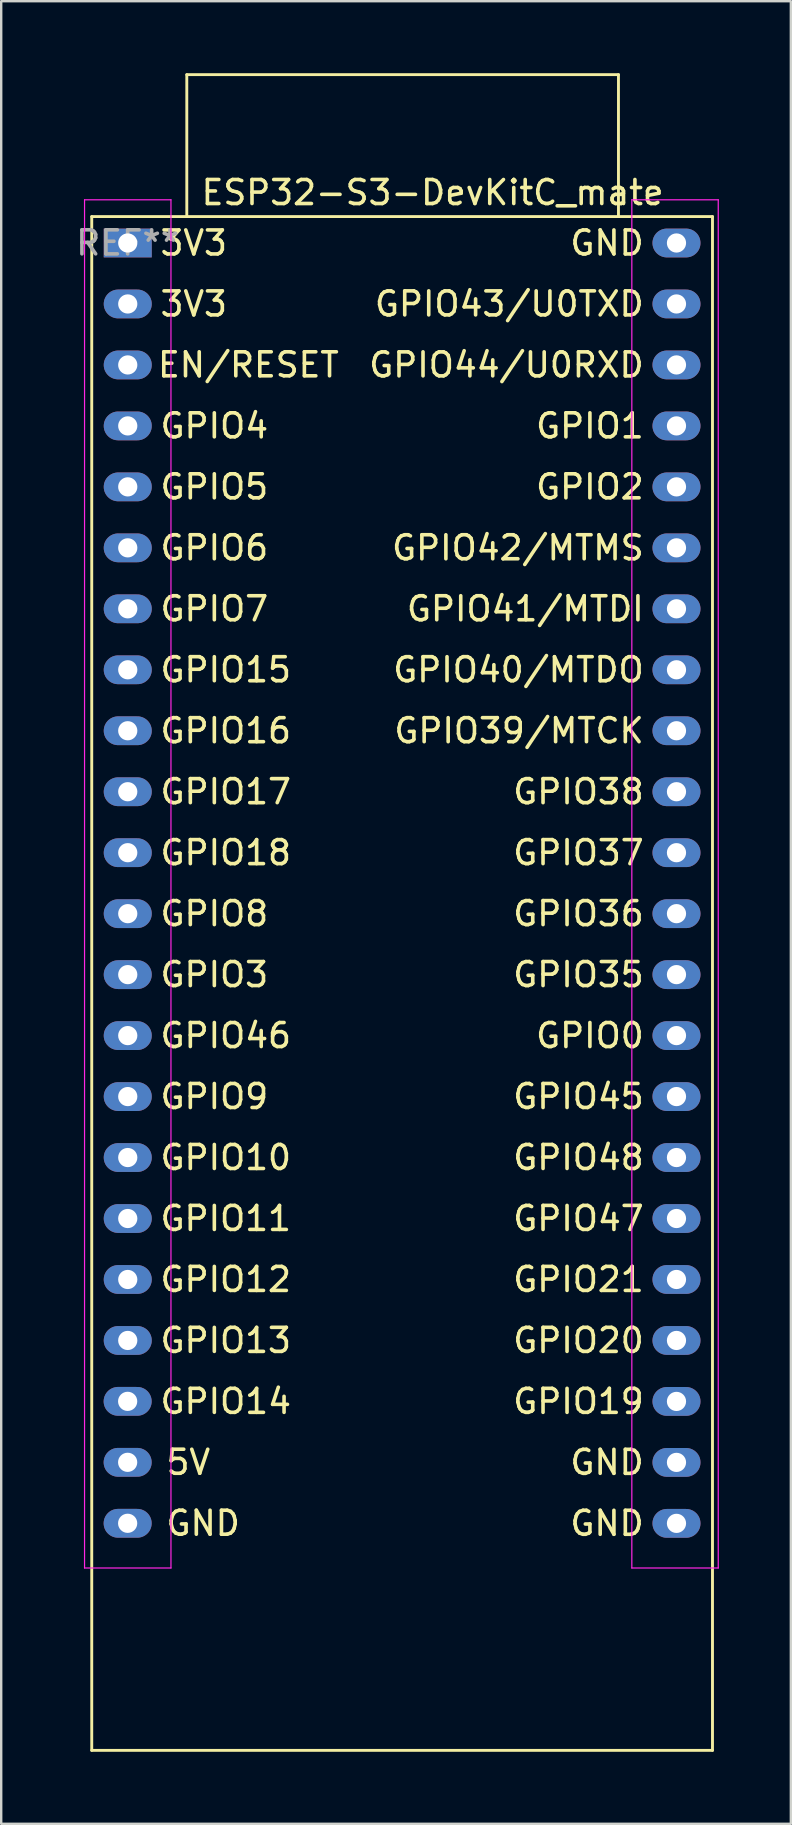
<source format=kicad_pcb>
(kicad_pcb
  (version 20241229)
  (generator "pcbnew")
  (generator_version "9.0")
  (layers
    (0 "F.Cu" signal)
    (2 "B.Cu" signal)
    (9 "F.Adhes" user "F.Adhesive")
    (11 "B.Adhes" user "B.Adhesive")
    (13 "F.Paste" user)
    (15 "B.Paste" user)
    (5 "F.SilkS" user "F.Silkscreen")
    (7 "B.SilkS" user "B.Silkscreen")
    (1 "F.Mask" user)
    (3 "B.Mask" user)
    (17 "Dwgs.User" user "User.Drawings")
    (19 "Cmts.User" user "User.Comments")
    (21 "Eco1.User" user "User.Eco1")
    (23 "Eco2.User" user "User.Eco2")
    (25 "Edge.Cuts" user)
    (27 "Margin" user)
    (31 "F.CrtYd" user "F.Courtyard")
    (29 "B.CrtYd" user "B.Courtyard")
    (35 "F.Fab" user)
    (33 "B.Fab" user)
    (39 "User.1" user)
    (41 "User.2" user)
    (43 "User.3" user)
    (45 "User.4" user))
  (footprint "ESP32-S3-DevKitC_mate"
    (layer "F.Cu")
    (at 2.272 7.073)
    (property "Reference" "ESP32-S3-DevKitC_mate" (at 12.7 -2.1 0) (layer "F.SilkS") (effects (font (size 1 1) (thickness 0.15))))
    (attr through_hole)
    (fp_line (start -1.5 62.797) (end 24.36 62.797) (stroke (width 0.12) (type solid)) (layer "F.SilkS"))
    (fp_line (start -1.5 -1.1) (end -1.5 62.797) (stroke (width 0.12) (type solid)) (layer "F.SilkS"))
    (fp_line (start 2.46 -7.013) (end 20.443 -7.013) (stroke (width 0.12) (type solid)) (layer "F.SilkS"))
    (fp_line (start 2.46 -1.12) (end 2.46 -7.013) (stroke (width 0.12) (type solid)) (layer "F.SilkS"))
    (fp_line (start 20.443 -7.013) (end 20.443 -1.12) (stroke (width 0.12) (type solid)) (layer "F.SilkS"))
    (fp_line (start 24.36 62.797) (end 24.36 -1.1) (stroke (width 0.12) (type solid)) (layer "F.SilkS"))
    (fp_line (start 24.36 -1.1) (end -1.5 -1.1) (stroke (width 0.12) (type solid)) (layer "F.SilkS"))
    (fp_line (start -1.8 -1.8) (end 1.8 -1.8) (stroke (width 0.05) (type solid)) (layer "F.CrtYd"))
    (fp_line (start -1.8 55.2) (end -1.8 -1.8) (stroke (width 0.05) (type solid)) (layer "F.CrtYd"))
    (fp_line (start 1.8 -1.8) (end 1.8 55.2) (stroke (width 0.05) (type solid)) (layer "F.CrtYd"))
    (fp_line (start 1.8 55.2) (end -1.8 55.2) (stroke (width 0.05) (type solid)) (layer "F.CrtYd"))
    (fp_line (start 21 -1.8) (end 24.6 -1.8) (stroke (width 0.05) (type solid)) (layer "F.CrtYd"))
    (fp_line (start 21 55.2) (end 21 -1.8) (stroke (width 0.05) (type solid)) (layer "F.CrtYd"))
    (fp_line (start 24.6 -1.8) (end 24.6 55.2) (stroke (width 0.05) (type solid)) (layer "F.CrtYd"))
    (fp_line (start 24.6 55.2) (end 21 55.2) (stroke (width 0.05) (type solid)) (layer "F.CrtYd"))
    (fp_text user "GPIO10" (at 1.27 38.1 0) (unlocked yes) (layer "F.SilkS") (effects (font (size 1 1) (thickness 0.15)) (justify left)))
    (fp_text user "GPIO21" (at 21.59 43.18 0) (unlocked yes) (layer "F.SilkS") (effects (font (size 1 1) (thickness 0.15)) (justify right)))
    (fp_text user "GPIO1" (at 21.59 7.62 0) (unlocked yes) (layer "F.SilkS") (effects (font (size 1 1) (thickness 0.15)) (justify right)))
    (fp_text user "GPIO38" (at 21.59 22.86 0) (unlocked yes) (layer "F.SilkS") (effects (font (size 1 1) (thickness 0.15)) (justify right)))
    (fp_text user "GPIO9" (at 1.27 35.56 0) (unlocked yes) (layer "F.SilkS") (effects (font (size 1 1) (thickness 0.15)) (justify left)))
    (fp_text user "GPIO36" (at 21.59 27.94 0) (unlocked yes) (layer "F.SilkS") (effects (font (size 1 1) (thickness 0.15)) (justify right)))
    (fp_text user "GPIO35" (at 21.59 30.48 0) (unlocked yes) (layer "F.SilkS") (effects (font (size 1 1) (thickness 0.15)) (justify right)))
    (fp_text user "GPIO39/MTCK" (at 21.59 20.32 0) (unlocked yes) (layer "F.SilkS") (effects (font (size 1 1) (thickness 0.15)) (justify right)))
    (fp_text user "GND" (at 21.59 50.8 0) (unlocked yes) (layer "F.SilkS") (effects (font (size 1 1) (thickness 0.15)) (justify right)))
    (fp_text user "GPIO16" (at 1.27 20.32 0) (unlocked yes) (layer "F.SilkS") (effects (font (size 1 1) (thickness 0.15)) (justify left)))
    (fp_text user "GPIO48" (at 21.59 38.1 0) (unlocked yes) (layer "F.SilkS") (effects (font (size 1 1) (thickness 0.15)) (justify right)))
    (fp_text user "GPIO8" (at 1.27 27.94 0) (unlocked yes) (layer "F.SilkS") (effects (font (size 1 1) (thickness 0.15)) (justify left)))
    (fp_text user "GPIO37" (at 21.59 25.4 0) (unlocked yes) (layer "F.SilkS") (effects (font (size 1 1) (thickness 0.15)) (justify right)))
    (fp_text user "GPIO40/MTDO" (at 21.59 17.78 0) (unlocked yes) (layer "F.SilkS") (effects (font (size 1 1) (thickness 0.15)) (justify right)))
    (fp_text user "GPIO7" (at 1.27 15.24 0) (unlocked yes) (layer "F.SilkS") (effects (font (size 1 1) (thickness 0.15)) (justify left)))
    (fp_text user "GPIO18" (at 1.27 25.4 0) (unlocked yes) (layer "F.SilkS") (effects (font (size 1 1) (thickness 0.15)) (justify left)))
    (fp_text user "GPIO3" (at 1.27 30.48 0) (unlocked yes) (layer "F.SilkS") (effects (font (size 1 1) (thickness 0.15)) (justify left)))
    (fp_text user "GPIO47" (at 21.59 40.64 0) (unlocked yes) (layer "F.SilkS") (effects (font (size 1 1) (thickness 0.15)) (justify right)))
    (fp_text user "GND" (at 21.59 0 0) (unlocked yes) (layer "F.SilkS") (effects (font (size 1 1) (thickness 0.15)) (justify right)))
    (fp_text user "GPIO46" (at 1.27 33.02 0) (unlocked yes) (layer "F.SilkS") (effects (font (size 1 1) (thickness 0.15)) (justify left)))
    (fp_text user "GPIO43/U0TXD" (at 21.59 2.54 0) (unlocked yes) (layer "F.SilkS") (effects (font (size 1 1) (thickness 0.15)) (justify right)))
    (fp_text user "GPIO14" (at 1.27 48.26 0) (unlocked yes) (layer "F.SilkS") (effects (font (size 1 1) (thickness 0.15)) (justify left)))
    (fp_text user "GND" (at 1.52 53.337 0) (unlocked yes) (layer "F.SilkS") (effects (font (size 1 1) (thickness 0.15)) (justify left)))
    (fp_text user "GPIO6" (at 1.27 12.7 0) (unlocked yes) (layer "F.SilkS") (effects (font (size 1 1) (thickness 0.15)) (justify left)))
    (fp_text user "GPIO0" (at 21.59 33.02 0) (unlocked yes) (layer "F.SilkS") (effects (font (size 1 1) (thickness 0.15)) (justify right)))
    (fp_text user "GPIO15" (at 1.27 17.78 0) (unlocked yes) (layer "F.SilkS") (effects (font (size 1 1) (thickness 0.15)) (justify left)))
    (fp_text user "GPIO20" (at 21.59 45.72 0) (unlocked yes) (layer "F.SilkS") (effects (font (size 1 1) (thickness 0.15)) (justify right)))
    (fp_text user "GND" (at 21.59 53.34 0) (unlocked yes) (layer "F.SilkS") (effects (font (size 1 1) (thickness 0.15)) (justify right)))
    (fp_text user "GPIO4" (at 1.27 7.62 0) (unlocked yes) (layer "F.SilkS") (effects (font (size 1 1) (thickness 0.15)) (justify left)))
    (fp_text user "3V3" (at 1.27 0 0) (unlocked yes) (layer "F.SilkS") (effects (font (size 1 1) (thickness 0.15)) (justify left)))
    (fp_text user "EN/RESET" (at 8.886 5.077 0) (unlocked yes) (layer "F.SilkS") (effects (font (size 1 1) (thickness 0.15)) (justify right)))
    (fp_text user "GPIO5" (at 1.27 10.16 0) (unlocked yes) (layer "F.SilkS") (effects (font (size 1 1) (thickness 0.15)) (justify left)))
    (fp_text user "GPIO12" (at 1.27 43.18 0) (unlocked yes) (layer "F.SilkS") (effects (font (size 1 1) (thickness 0.15)) (justify left)))
    (fp_text user "GPIO11" (at 1.27 40.64 0) (unlocked yes) (layer "F.SilkS") (effects (font (size 1 1) (thickness 0.15)) (justify left)))
    (fp_text user "GPIO41/MTDI" (at 21.59 15.24 0) (unlocked yes) (layer "F.SilkS") (effects (font (size 1 1) (thickness 0.15)) (justify right)))
    (fp_text user "GPIO13" (at 1.27 45.72 0) (unlocked yes) (layer "F.SilkS") (effects (font (size 1 1) (thickness 0.15)) (justify left)))
    (fp_text user "GPIO44/U0RXD" (at 21.59 5.08 0) (unlocked yes) (layer "F.SilkS") (effects (font (size 1 1) (thickness 0.15)) (justify right)))
    (fp_text user "GPIO42/MTMS" (at 21.59 12.7 0) (unlocked yes) (layer "F.SilkS") (effects (font (size 1 1) (thickness 0.15)) (justify right)))
    (fp_text user "5V" (at 1.52 50.797 0) (unlocked yes) (layer "F.SilkS") (effects (font (size 1 1) (thickness 0.15)) (justify left)))
    (fp_text user "GPIO17" (at 1.27 22.86 0) (unlocked yes) (layer "F.SilkS") (effects (font (size 1 1) (thickness 0.15)) (justify left)))
    (fp_text user "GPIO2" (at 21.59 10.16 0) (unlocked yes) (layer "F.SilkS") (effects (font (size 1 1) (thickness 0.15)) (justify right)))
    (fp_text user "3V3" (at 1.27 2.54 0) (unlocked yes) (layer "F.SilkS") (effects (font (size 1 1) (thickness 0.15)) (justify left)))
    (fp_text user "GPIO19" (at 21.59 48.26 0) (unlocked yes) (layer "F.SilkS") (effects (font (size 1 1) (thickness 0.15)) (justify right)))
    (fp_text user "GPIO45" (at 21.59 35.56 0) (unlocked yes) (layer "F.SilkS") (effects (font (size 1 1) (thickness 0.15)) (justify right)))
    (fp_text user "REF**" (at -0.004 -0.003 0) (layer "F.Fab") (effects (font (size 1 1) (thickness 0.15))))
    (pad "1" thru_hole rect (at 0 0 270) (size 1.2 2) (drill 0.8) (layers "*.Cu" "*.Mask"))
    (pad "2" thru_hole oval (at 0 2.54 270) (size 1.2 2) (drill 0.8) (layers "*.Cu" "*.Mask"))
    (pad "3" thru_hole oval (at 0 5.08 270) (size 1.2 2) (drill 0.8) (layers "*.Cu" "*.Mask"))
    (pad "4" thru_hole oval (at 0 7.62 270) (size 1.2 2) (drill 0.8) (layers "*.Cu" "*.Mask"))
    (pad "5" thru_hole oval (at 0 10.16 270) (size 1.2 2) (drill 0.8) (layers "*.Cu" "*.Mask"))
    (pad "6" thru_hole oval (at 0 12.7 270) (size 1.2 2) (drill 0.8) (layers "*.Cu" "*.Mask"))
    (pad "7" thru_hole oval (at 0 15.24 270) (size 1.2 2) (drill 0.8) (layers "*.Cu" "*.Mask"))
    (pad "8" thru_hole oval (at 0 17.78 270) (size 1.2 2) (drill 0.8) (layers "*.Cu" "*.Mask"))
    (pad "9" thru_hole oval (at 0 20.32 270) (size 1.2 2) (drill 0.8) (layers "*.Cu" "*.Mask"))
    (pad "10" thru_hole oval (at 0 22.86 270) (size 1.2 2) (drill 0.8) (layers "*.Cu" "*.Mask"))
    (pad "11" thru_hole oval (at 0 25.4 270) (size 1.2 2) (drill 0.8) (layers "*.Cu" "*.Mask"))
    (pad "12" thru_hole oval (at 0 27.94 270) (size 1.2 2) (drill 0.8) (layers "*.Cu" "*.Mask"))
    (pad "13" thru_hole oval (at 0 30.48 270) (size 1.2 2) (drill 0.8) (layers "*.Cu" "*.Mask"))
    (pad "14" thru_hole oval (at 0 33.02 270) (size 1.2 2) (drill 0.8) (layers "*.Cu" "*.Mask"))
    (pad "15" thru_hole oval (at 0 35.56 270) (size 1.2 2) (drill 0.8) (layers "*.Cu" "*.Mask"))
    (pad "16" thru_hole oval (at 0 38.1 270) (size 1.2 2) (drill 0.8) (layers "*.Cu" "*.Mask"))
    (pad "17" thru_hole oval (at 0 40.64 270) (size 1.2 2) (drill 0.8) (layers "*.Cu" "*.Mask"))
    (pad "18" thru_hole oval (at 0 43.18 270) (size 1.2 2) (drill 0.8) (layers "*.Cu" "*.Mask"))
    (pad "19" thru_hole oval (at 0 45.72 270) (size 1.2 2) (drill 0.8) (layers "*.Cu" "*.Mask"))
    (pad "20" thru_hole oval (at -0.004 48.257 270) (size 1.2 2) (drill 0.8) (layers "*.Cu" "*.Mask"))
    (pad "21" thru_hole oval (at -0.004 50.797 270) (size 1.2 2) (drill 0.8) (layers "*.Cu" "*.Mask"))
    (pad "22" thru_hole oval (at -0.004 53.337 270) (size 1.2 2) (drill 0.8) (layers "*.Cu" "*.Mask"))
    (pad "23" thru_hole oval (at 22.86 53.34 270) (size 1.2 2) (drill 0.8) (layers "*.Cu" "*.Mask"))
    (pad "24" thru_hole oval (at 22.86 50.8 270) (size 1.2 2) (drill 0.8) (layers "*.Cu" "*.Mask"))
    (pad "25" thru_hole oval (at 22.86 48.26 270) (size 1.2 2) (drill 0.8) (layers "*.Cu" "*.Mask"))
    (pad "26" thru_hole oval (at 22.86 45.72 270) (size 1.2 2) (drill 0.8) (layers "*.Cu" "*.Mask"))
    (pad "27" thru_hole oval (at 22.86 43.18 270) (size 1.2 2) (drill 0.8) (layers "*.Cu" "*.Mask"))
    (pad "28" thru_hole oval (at 22.86 40.64 270) (size 1.2 2) (drill 0.8) (layers "*.Cu" "*.Mask"))
    (pad "29" thru_hole oval (at 22.86 38.1 270) (size 1.2 2) (drill 0.8) (layers "*.Cu" "*.Mask"))
    (pad "30" thru_hole oval (at 22.86 35.56 270) (size 1.2 2) (drill 0.8) (layers "*.Cu" "*.Mask"))
    (pad "31" thru_hole oval (at 22.86 33.02 270) (size 1.2 2) (drill 0.8) (layers "*.Cu" "*.Mask"))
    (pad "32" thru_hole oval (at 22.86 30.48 270) (size 1.2 2) (drill 0.8) (layers "*.Cu" "*.Mask"))
    (pad "33" thru_hole oval (at 22.86 27.94 270) (size 1.2 2) (drill 0.8) (layers "*.Cu" "*.Mask"))
    (pad "34" thru_hole oval (at 22.86 25.4 270) (size 1.2 2) (drill 0.8) (layers "*.Cu" "*.Mask"))
    (pad "35" thru_hole oval (at 22.86 22.86 270) (size 1.2 2) (drill 0.8) (layers "*.Cu" "*.Mask"))
    (pad "36" thru_hole oval (at 22.86 20.32 270) (size 1.2 2) (drill 0.8) (layers "*.Cu" "*.Mask"))
    (pad "37" thru_hole oval (at 22.86 17.78 270) (size 1.2 2) (drill 0.8) (layers "*.Cu" "*.Mask"))
    (pad "38" thru_hole oval (at 22.86 15.24 270) (size 1.2 2) (drill 0.8) (layers "*.Cu" "*.Mask"))
    (pad "39" thru_hole oval (at 22.86 12.7 270) (size 1.2 2) (drill 0.8) (layers "*.Cu" "*.Mask"))
    (pad "40" thru_hole oval (at 22.86 10.16 270) (size 1.2 2) (drill 0.8) (layers "*.Cu" "*.Mask"))
    (pad "41" thru_hole oval (at 22.86 7.62 270) (size 1.2 2) (drill 0.8) (layers "*.Cu" "*.Mask"))
    (pad "42" thru_hole oval (at 22.86 5.08 270) (size 1.2 2) (drill 0.8) (layers "*.Cu" "*.Mask"))
    (pad "43" thru_hole oval (at 22.86 2.54 270) (size 1.2 2) (drill 0.8) (layers "*.Cu" "*.Mask"))
    (pad "44" thru_hole oval (at 22.86 0 270) (size 1.2 2) (drill 0.8) (layers "*.Cu" "*.Mask")))
  (gr_rect
    (start -3 -3)
    (end 29.897 72.93)
    (stroke (width 0.1) (type default))
    (fill no)
    (layer "Edge.Cuts")))
</source>
